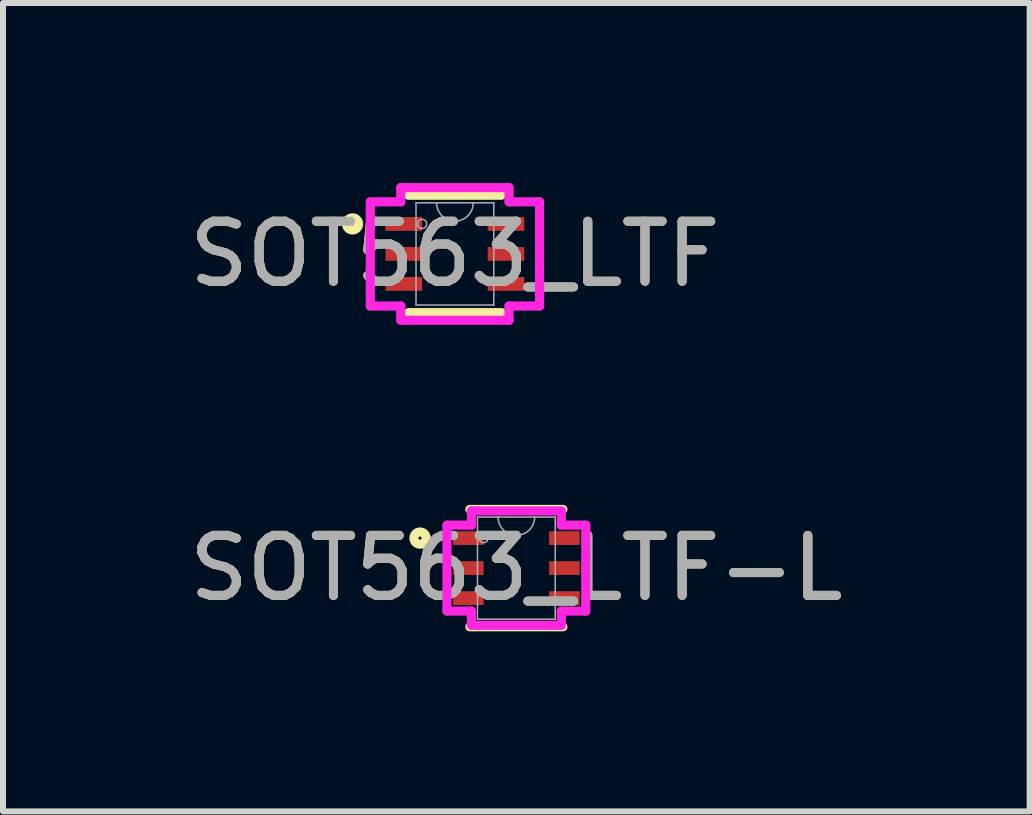
<source format=kicad_pcb>
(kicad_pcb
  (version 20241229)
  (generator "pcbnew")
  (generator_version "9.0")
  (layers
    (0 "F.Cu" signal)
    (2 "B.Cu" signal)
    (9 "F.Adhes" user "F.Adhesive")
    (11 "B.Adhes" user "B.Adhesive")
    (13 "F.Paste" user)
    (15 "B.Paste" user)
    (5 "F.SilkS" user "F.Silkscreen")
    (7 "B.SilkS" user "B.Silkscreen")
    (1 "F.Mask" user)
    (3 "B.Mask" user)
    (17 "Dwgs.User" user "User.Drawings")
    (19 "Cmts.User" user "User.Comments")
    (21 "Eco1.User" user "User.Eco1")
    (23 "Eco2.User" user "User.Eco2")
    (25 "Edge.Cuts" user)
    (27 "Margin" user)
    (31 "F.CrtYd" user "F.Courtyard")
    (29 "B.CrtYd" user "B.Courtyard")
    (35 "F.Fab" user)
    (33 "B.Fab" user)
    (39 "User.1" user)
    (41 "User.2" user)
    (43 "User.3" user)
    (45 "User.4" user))
  (footprint "SOT563_LTF-L"
    (layer "F.Cu")
    (at 5.554 6.416)
    (property "Reference" "SOT563_LTF-L" (at 0 0 0) (unlocked yes) (layer "F.SilkS") (effects (font (size 1 1) (thickness 0.15))))
    (attr smd)
    (fp_line (start -0.775 0.978) (end 0.775 0.978) (stroke (width 0.152) (type solid)) (layer "F.SilkS"))
    (fp_line (start 0.775 -0.978) (end -0.775 -0.978) (stroke (width 0.152) (type solid)) (layer "F.SilkS"))
    (fp_circle (center -1.605 -0.5) (end -1.503 -0.5) (stroke (width 0.152) (type solid)) (fill no) (layer "F.SilkS"))
    (fp_line (start -1.156 -0.716) (end -0.749 -0.716) (stroke (width 0.152) (type solid)) (layer "F.CrtYd"))
    (fp_line (start -1.156 0.716) (end -1.156 -0.716) (stroke (width 0.152) (type solid)) (layer "F.CrtYd"))
    (fp_line (start -1.156 0.716) (end -0.749 0.716) (stroke (width 0.152) (type solid)) (layer "F.CrtYd"))
    (fp_line (start -0.749 -0.953) (end 0.749 -0.953) (stroke (width 0.152) (type solid)) (layer "F.CrtYd"))
    (fp_line (start -0.749 -0.716) (end -0.749 -0.953) (stroke (width 0.152) (type solid)) (layer "F.CrtYd"))
    (fp_line (start -0.749 0.953) (end -0.749 0.716) (stroke (width 0.152) (type solid)) (layer "F.CrtYd"))
    (fp_line (start 0.749 -0.953) (end 0.749 -0.716) (stroke (width 0.152) (type solid)) (layer "F.CrtYd"))
    (fp_line (start 0.749 0.716) (end 0.749 0.953) (stroke (width 0.152) (type solid)) (layer "F.CrtYd"))
    (fp_line (start 0.749 0.953) (end -0.749 0.953) (stroke (width 0.152) (type solid)) (layer "F.CrtYd"))
    (fp_line (start 1.156 -0.716) (end 0.749 -0.716) (stroke (width 0.152) (type solid)) (layer "F.CrtYd"))
    (fp_line (start 1.156 -0.716) (end 1.156 0.716) (stroke (width 0.152) (type solid)) (layer "F.CrtYd"))
    (fp_line (start 1.156 0.716) (end 0.749 0.716) (stroke (width 0.152) (type solid)) (layer "F.CrtYd"))
    (fp_line (start -0.648 -0.851) (end -0.648 0.851) (stroke (width 0.025) (type solid)) (layer "F.Fab"))
    (fp_line (start -0.648 0.851) (end 0.648 0.851) (stroke (width 0.025) (type solid)) (layer "F.Fab"))
    (fp_line (start 0.648 -0.851) (end -0.648 -0.851) (stroke (width 0.025) (type solid)) (layer "F.Fab"))
    (fp_line (start 0.648 0.851) (end 0.648 -0.851) (stroke (width 0.025) (type solid)) (layer "F.Fab"))
    (fp_arc (start 0.3048 -0.8509) (mid 0 -0.5461) (end -0.3048 -0.8509) (stroke (width 0.0254) (type solid)) (layer "F.Fab"))
    (fp_circle (center -0.546 -0.5) (end -0.47 -0.5) (stroke (width 0.025) (type solid)) (fill no) (layer "F.Fab"))
    (fp_text user "${REFERENCE}" (at 0 0 0) (unlocked yes) (layer "F.Fab") (effects (font (size 1 1) (thickness 0.15))))
    (pad "1" smd rect (at -0.8 -0.5) (size 0.508 0.229) (layers "F.Cu" "F.Mask" "F.Paste"))
    (pad "2" smd rect (at -0.8 0) (size 0.508 0.229) (layers "F.Cu" "F.Mask" "F.Paste"))
    (pad "3" smd rect (at -0.8 0.5) (size 0.508 0.229) (layers "F.Cu" "F.Mask" "F.Paste"))
    (pad "4" smd rect (at 0.8 0.5) (size 0.508 0.229) (layers "F.Cu" "F.Mask" "F.Paste"))
    (pad "5" smd rect (at 0.8 0) (size 0.508 0.229) (layers "F.Cu" "F.Mask" "F.Paste"))
    (pad "6" smd rect (at 0.8 -0.5) (size 0.508 0.229) (layers "F.Cu" "F.Mask" "F.Paste")))
  (footprint "SOT563_LTF"
    (layer "F.Cu")
    (at 4.53 1.181)
    (property "Reference" "SOT563_LTF" (at 0 0 0) (unlocked yes) (layer "F.SilkS") (effects (font (size 1 1) (thickness 0.15))))
    (attr smd)
    (fp_line (start -0.775 0.978) (end 0.775 0.978) (stroke (width 0.152) (type solid)) (layer "F.SilkS"))
    (fp_line (start 0.775 -0.978) (end -0.775 -0.978) (stroke (width 0.152) (type solid)) (layer "F.SilkS"))
    (fp_circle (center -1.706 -0.5) (end -1.605 -0.5) (stroke (width 0.152) (type solid)) (fill no) (layer "F.SilkS"))
    (fp_line (start -1.41 -0.868) (end -0.902 -0.868) (stroke (width 0.152) (type solid)) (layer "F.CrtYd"))
    (fp_line (start -1.41 0.868) (end -1.41 -0.868) (stroke (width 0.152) (type solid)) (layer "F.CrtYd"))
    (fp_line (start -1.41 0.868) (end -0.902 0.868) (stroke (width 0.152) (type solid)) (layer "F.CrtYd"))
    (fp_line (start -0.902 -1.105) (end 0.902 -1.105) (stroke (width 0.152) (type solid)) (layer "F.CrtYd"))
    (fp_line (start -0.902 -0.868) (end -0.902 -1.105) (stroke (width 0.152) (type solid)) (layer "F.CrtYd"))
    (fp_line (start -0.902 1.105) (end -0.902 0.868) (stroke (width 0.152) (type solid)) (layer "F.CrtYd"))
    (fp_line (start 0.902 -1.105) (end 0.902 -0.868) (stroke (width 0.152) (type solid)) (layer "F.CrtYd"))
    (fp_line (start 0.902 0.868) (end 0.902 1.105) (stroke (width 0.152) (type solid)) (layer "F.CrtYd"))
    (fp_line (start 0.902 1.105) (end -0.902 1.105) (stroke (width 0.152) (type solid)) (layer "F.CrtYd"))
    (fp_line (start 1.41 -0.868) (end 0.902 -0.868) (stroke (width 0.152) (type solid)) (layer "F.CrtYd"))
    (fp_line (start 1.41 -0.868) (end 1.41 0.868) (stroke (width 0.152) (type solid)) (layer "F.CrtYd"))
    (fp_line (start 1.41 0.868) (end 0.902 0.868) (stroke (width 0.152) (type solid)) (layer "F.CrtYd"))
    (fp_line (start -0.648 -0.851) (end -0.648 0.851) (stroke (width 0.025) (type solid)) (layer "F.Fab"))
    (fp_line (start -0.648 0.851) (end 0.648 0.851) (stroke (width 0.025) (type solid)) (layer "F.Fab"))
    (fp_line (start 0.648 -0.851) (end -0.648 -0.851) (stroke (width 0.025) (type solid)) (layer "F.Fab"))
    (fp_line (start 0.648 0.851) (end 0.648 -0.851) (stroke (width 0.025) (type solid)) (layer "F.Fab"))
    (fp_arc (start 0.3048 -0.8509) (mid 0 -0.5461) (end -0.3048 -0.8509) (stroke (width 0.0254) (type solid)) (layer "F.Fab"))
    (fp_circle (center -0.546 -0.5) (end -0.47 -0.5) (stroke (width 0.025) (type solid)) (fill no) (layer "F.Fab"))
    (fp_text user "${REFERENCE}" (at 0 0 0) (unlocked yes) (layer "F.Fab") (effects (font (size 1 1) (thickness 0.15))))
    (pad "1" smd rect (at -0.851 -0.5) (size 0.61 0.229) (layers "F.Cu" "F.Mask" "F.Paste"))
    (pad "2" smd rect (at -0.851 0) (size 0.61 0.229) (layers "F.Cu" "F.Mask" "F.Paste"))
    (pad "3" smd rect (at -0.851 0.5) (size 0.61 0.229) (layers "F.Cu" "F.Mask" "F.Paste"))
    (pad "4" smd rect (at 0.851 0.5) (size 0.61 0.229) (layers "F.Cu" "F.Mask" "F.Paste"))
    (pad "5" smd rect (at 0.851 0) (size 0.61 0.229) (layers "F.Cu" "F.Mask" "F.Paste"))
    (pad "6" smd rect (at 0.851 -0.5) (size 0.61 0.229) (layers "F.Cu" "F.Mask" "F.Paste")))
  (gr_rect
    (start -3 -3)
    (end 14.107 10.47)
    (stroke (width 0.1) (type default))
    (fill no)
    (layer "Edge.Cuts")))
</source>
